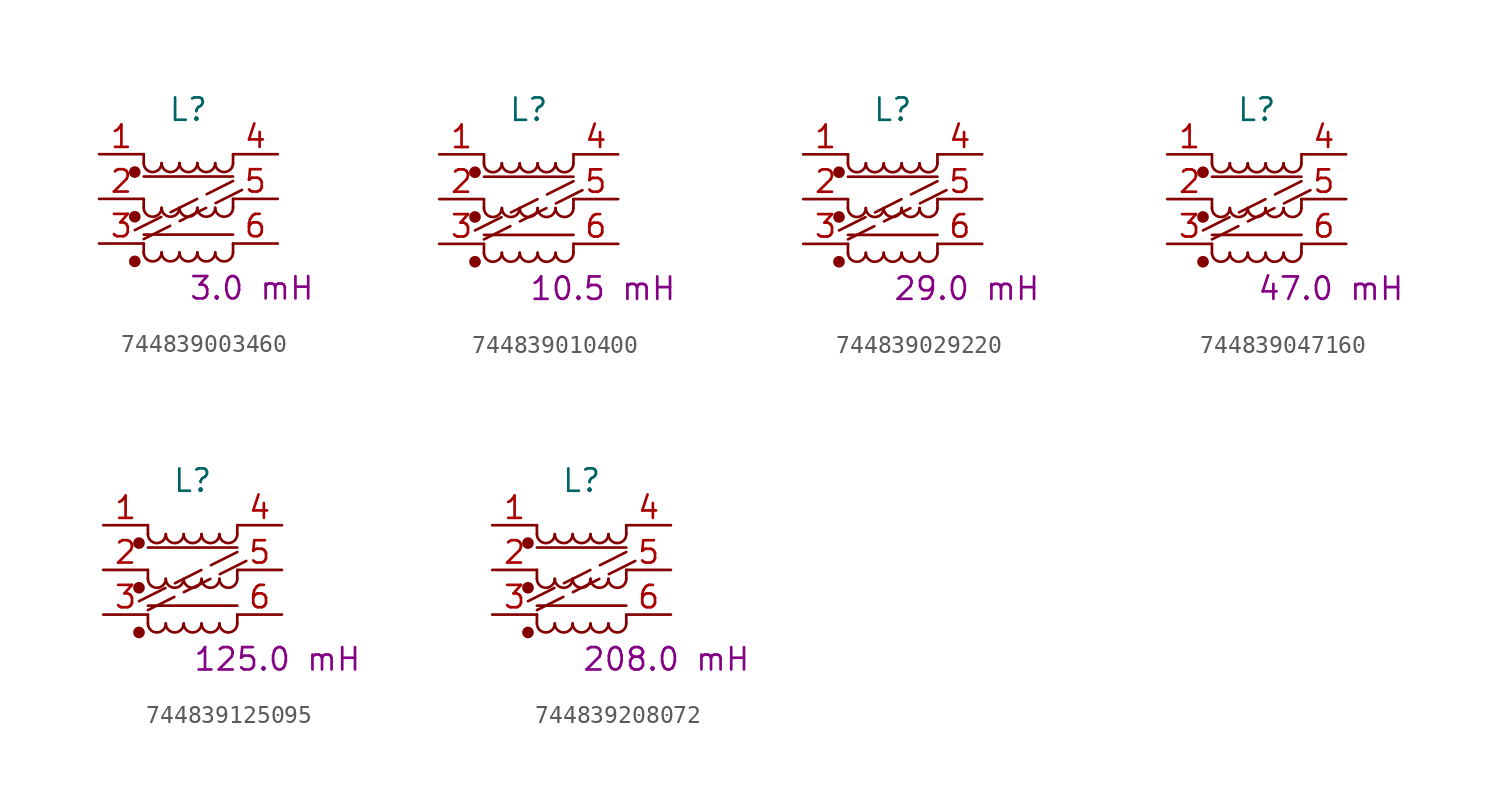
<source format=kicad_sym>
(kicad_symbol_lib
  (version 20220914)
  (generator kicad_symbol_editor)
  (symbol "744839003460"
    (pin_names hide)
    (property "Reference" "L"
      (at 0 5.08 0)
      (effects (font (size 1.27 1.27))))
    (property "Critical Parameter" "3.0 mH"
      (at 0 -5.08 0)
      (effects (font (size 1.27 1.27)) (justify left)))
    (symbol "744839003460_0_1"
      (circle (center -3.048 -3.556) (radius 0.254) (stroke (width 0) (type default)) (fill (type outline)))
      (circle (center -3.048 -1.016) (radius 0.254) (stroke (width 0) (type default)) (fill (type outline)))
      (circle (center -3.048 1.524) (radius 0.254) (stroke (width 0) (type default)) (fill (type outline)))
      (arc (start -2.54 -3.048) (mid -2.032 -3.5538) (end -1.524 -3.048) (stroke (width 0) (type default)) (fill (type none)))
      (arc (start -2.54 -0.508) (mid -2.032 -1.0138) (end -1.524 -0.508) (stroke (width 0) (type default)) (fill (type none)))
      (arc (start -2.54 2.032) (mid -2.032 1.5262) (end -1.524 2.032) (stroke (width 0) (type default)) (fill (type none)))
      (arc (start -1.524 -3.048) (mid -1.016 -3.5538) (end -0.508 -3.048) (stroke (width 0) (type default)) (fill (type none)))
      (arc (start -1.524 -0.508) (mid -1.016 -1.0138) (end -0.508 -0.508) (stroke (width 0) (type default)) (fill (type none)))
      (arc (start -1.524 2.032) (mid -1.016 1.5262) (end -0.508 2.032) (stroke (width 0) (type default)) (fill (type none)))
      (arc (start -0.508 -3.048) (mid 0 -3.5538) (end 0.508 -3.048) (stroke (width 0) (type default)) (fill (type none)))
      (arc (start -0.508 -0.508) (mid 0 -1.0138) (end 0.508 -0.508) (stroke (width 0) (type default)) (fill (type none)))
      (arc (start -0.508 2.032) (mid 0 1.5262) (end 0.508 2.032) (stroke (width 0) (type default)) (fill (type none)))
      (polyline (pts (xy -2.54 -3.048) (xy -2.54 -2.54)) (stroke (width 0) (type default)) (fill (type none)))
      (polyline (pts (xy -2.54 -0.508) (xy -2.54 0)) (stroke (width 0) (type default)) (fill (type none)))
      (polyline (pts (xy -2.54 1.27) (xy 2.54 1.27)) (stroke (width 0) (type default)) (fill (type none)))
      (polyline (pts (xy -2.54 2.032) (xy -2.54 2.54)) (stroke (width 0) (type default)) (fill (type none)))
      (polyline (pts (xy 2.54 -3.048) (xy 2.54 -2.54)) (stroke (width 0) (type default)) (fill (type none)))
      (polyline (pts (xy 2.54 -2.032) (xy -2.54 -2.032)) (stroke (width 0) (type default)) (fill (type none)))
      (polyline (pts (xy 2.54 0) (xy 2.54 -0.508)) (stroke (width 0) (type default)) (fill (type none)))
      (polyline (pts (xy 2.54 2.54) (xy 2.54 2.032)) (stroke (width 0) (type default)) (fill (type none)))
      (arc (start 0.508 -3.048) (mid 1.016 -3.5538) (end 1.524 -3.048) (stroke (width 0) (type default)) (fill (type none)))
      (arc (start 0.508 -0.508) (mid 1.016 -1.0138) (end 1.524 -0.508) (stroke (width 0) (type default)) (fill (type none)))
      (arc (start 0.508 2.032) (mid 1.016 1.5262) (end 1.524 2.032) (stroke (width 0) (type default)) (fill (type none)))
      (arc (start 1.524 -3.048) (mid 2.032 -3.5538) (end 2.54 -3.048) (stroke (width 0) (type default)) (fill (type none)))
      (arc (start 1.524 -0.508) (mid 2.032 -1.0138) (end 2.54 -0.508) (stroke (width 0) (type default)) (fill (type none)))
      (arc (start 1.524 2.032) (mid 2.032 1.5262) (end 2.54 2.032) (stroke (width 0) (type default)) (fill (type none))))
    (symbol "744839003460_1_1"
      (polyline (pts (xy -3.048 -1.778) (xy 3.048 1.27)) (stroke (width 0) (type dash)) (fill (type none)))
      (polyline (pts (xy -2.54 -2.286) (xy 3.048 0.508)) (stroke (width 0) (type dash)) (fill (type none)))
      (pin passive line (at -5.08 2.54 0) (length 2.54) (name "1" (effects (font (size 1.27 1.27)))) (number "1" (effects (font (size 1.27 1.27)))))
      (pin passive line (at -5.08 0 0) (length 2.54) (name "2" (effects (font (size 1.27 1.27)))) (number "2" (effects (font (size 1.27 1.27)))))
      (pin passive line (at -5.08 -2.54 0) (length 2.54) (name "3" (effects (font (size 1.27 1.27)))) (number "3" (effects (font (size 1.27 1.27)))))
      (pin passive line (at 5.08 2.54 180) (length 2.54) (name "4" (effects (font (size 1.27 1.27)))) (number "4" (effects (font (size 1.27 1.27)))))
      (pin passive line (at 5.08 0 180) (length 2.54) (name "5" (effects (font (size 1.27 1.27)))) (number "5" (effects (font (size 1.27 1.27)))))
      (pin passive line (at 5.08 -2.54 180) (length 2.54) (name "6" (effects (font (size 1.27 1.27)))) (number "6" (effects (font (size 1.27 1.27)))))))
  (symbol "744839010400"
    (pin_names hide)
    (property "Reference" "L"
      (at 0 5.08 0)
      (effects (font (size 1.27 1.27))))
    (property "Critical Parameter" "10.5 mH"
      (at 0 -5.08 0)
      (effects (font (size 1.27 1.27)) (justify left)))
    (symbol "744839010400_0_1"
      (circle (center -3.048 -3.556) (radius 0.254) (stroke (width 0) (type default)) (fill (type outline)))
      (circle (center -3.048 -1.016) (radius 0.254) (stroke (width 0) (type default)) (fill (type outline)))
      (circle (center -3.048 1.524) (radius 0.254) (stroke (width 0) (type default)) (fill (type outline)))
      (arc (start -2.54 -3.048) (mid -2.032 -3.5538) (end -1.524 -3.048) (stroke (width 0) (type default)) (fill (type none)))
      (arc (start -2.54 -0.508) (mid -2.032 -1.0138) (end -1.524 -0.508) (stroke (width 0) (type default)) (fill (type none)))
      (arc (start -2.54 2.032) (mid -2.032 1.5262) (end -1.524 2.032) (stroke (width 0) (type default)) (fill (type none)))
      (arc (start -1.524 -3.048) (mid -1.016 -3.5538) (end -0.508 -3.048) (stroke (width 0) (type default)) (fill (type none)))
      (arc (start -1.524 -0.508) (mid -1.016 -1.0138) (end -0.508 -0.508) (stroke (width 0) (type default)) (fill (type none)))
      (arc (start -1.524 2.032) (mid -1.016 1.5262) (end -0.508 2.032) (stroke (width 0) (type default)) (fill (type none)))
      (arc (start -0.508 -3.048) (mid 0 -3.5538) (end 0.508 -3.048) (stroke (width 0) (type default)) (fill (type none)))
      (arc (start -0.508 -0.508) (mid 0 -1.0138) (end 0.508 -0.508) (stroke (width 0) (type default)) (fill (type none)))
      (arc (start -0.508 2.032) (mid 0 1.5262) (end 0.508 2.032) (stroke (width 0) (type default)) (fill (type none)))
      (polyline (pts (xy -2.54 -3.048) (xy -2.54 -2.54)) (stroke (width 0) (type default)) (fill (type none)))
      (polyline (pts (xy -2.54 -0.508) (xy -2.54 0)) (stroke (width 0) (type default)) (fill (type none)))
      (polyline (pts (xy -2.54 1.27) (xy 2.54 1.27)) (stroke (width 0) (type default)) (fill (type none)))
      (polyline (pts (xy -2.54 2.032) (xy -2.54 2.54)) (stroke (width 0) (type default)) (fill (type none)))
      (polyline (pts (xy 2.54 -3.048) (xy 2.54 -2.54)) (stroke (width 0) (type default)) (fill (type none)))
      (polyline (pts (xy 2.54 -2.032) (xy -2.54 -2.032)) (stroke (width 0) (type default)) (fill (type none)))
      (polyline (pts (xy 2.54 0) (xy 2.54 -0.508)) (stroke (width 0) (type default)) (fill (type none)))
      (polyline (pts (xy 2.54 2.54) (xy 2.54 2.032)) (stroke (width 0) (type default)) (fill (type none)))
      (arc (start 0.508 -3.048) (mid 1.016 -3.5538) (end 1.524 -3.048) (stroke (width 0) (type default)) (fill (type none)))
      (arc (start 0.508 -0.508) (mid 1.016 -1.0138) (end 1.524 -0.508) (stroke (width 0) (type default)) (fill (type none)))
      (arc (start 0.508 2.032) (mid 1.016 1.5262) (end 1.524 2.032) (stroke (width 0) (type default)) (fill (type none)))
      (arc (start 1.524 -3.048) (mid 2.032 -3.5538) (end 2.54 -3.048) (stroke (width 0) (type default)) (fill (type none)))
      (arc (start 1.524 -0.508) (mid 2.032 -1.0138) (end 2.54 -0.508) (stroke (width 0) (type default)) (fill (type none)))
      (arc (start 1.524 2.032) (mid 2.032 1.5262) (end 2.54 2.032) (stroke (width 0) (type default)) (fill (type none))))
    (symbol "744839010400_1_1"
      (polyline (pts (xy -3.048 -1.778) (xy 3.048 1.27)) (stroke (width 0) (type dash)) (fill (type none)))
      (polyline (pts (xy -2.54 -2.286) (xy 3.048 0.508)) (stroke (width 0) (type dash)) (fill (type none)))
      (pin passive line (at -5.08 2.54 0) (length 2.54) (name "1" (effects (font (size 1.27 1.27)))) (number "1" (effects (font (size 1.27 1.27)))))
      (pin passive line (at -5.08 0 0) (length 2.54) (name "2" (effects (font (size 1.27 1.27)))) (number "2" (effects (font (size 1.27 1.27)))))
      (pin passive line (at -5.08 -2.54 0) (length 2.54) (name "3" (effects (font (size 1.27 1.27)))) (number "3" (effects (font (size 1.27 1.27)))))
      (pin passive line (at 5.08 2.54 180) (length 2.54) (name "4" (effects (font (size 1.27 1.27)))) (number "4" (effects (font (size 1.27 1.27)))))
      (pin passive line (at 5.08 0 180) (length 2.54) (name "5" (effects (font (size 1.27 1.27)))) (number "5" (effects (font (size 1.27 1.27)))))
      (pin passive line (at 5.08 -2.54 180) (length 2.54) (name "6" (effects (font (size 1.27 1.27)))) (number "6" (effects (font (size 1.27 1.27)))))))
  (symbol "744839029220"
    (pin_names hide)
    (property "Reference" "L"
      (at 0 5.08 0)
      (effects (font (size 1.27 1.27))))
    (property "Critical Parameter" "29.0 mH"
      (at 0 -5.08 0)
      (effects (font (size 1.27 1.27)) (justify left)))
    (symbol "744839029220_0_1"
      (circle (center -3.048 -3.556) (radius 0.254) (stroke (width 0) (type default)) (fill (type outline)))
      (circle (center -3.048 -1.016) (radius 0.254) (stroke (width 0) (type default)) (fill (type outline)))
      (circle (center -3.048 1.524) (radius 0.254) (stroke (width 0) (type default)) (fill (type outline)))
      (arc (start -2.54 -3.048) (mid -2.032 -3.5538) (end -1.524 -3.048) (stroke (width 0) (type default)) (fill (type none)))
      (arc (start -2.54 -0.508) (mid -2.032 -1.0138) (end -1.524 -0.508) (stroke (width 0) (type default)) (fill (type none)))
      (arc (start -2.54 2.032) (mid -2.032 1.5262) (end -1.524 2.032) (stroke (width 0) (type default)) (fill (type none)))
      (arc (start -1.524 -3.048) (mid -1.016 -3.5538) (end -0.508 -3.048) (stroke (width 0) (type default)) (fill (type none)))
      (arc (start -1.524 -0.508) (mid -1.016 -1.0138) (end -0.508 -0.508) (stroke (width 0) (type default)) (fill (type none)))
      (arc (start -1.524 2.032) (mid -1.016 1.5262) (end -0.508 2.032) (stroke (width 0) (type default)) (fill (type none)))
      (arc (start -0.508 -3.048) (mid 0 -3.5538) (end 0.508 -3.048) (stroke (width 0) (type default)) (fill (type none)))
      (arc (start -0.508 -0.508) (mid 0 -1.0138) (end 0.508 -0.508) (stroke (width 0) (type default)) (fill (type none)))
      (arc (start -0.508 2.032) (mid 0 1.5262) (end 0.508 2.032) (stroke (width 0) (type default)) (fill (type none)))
      (polyline (pts (xy -2.54 -3.048) (xy -2.54 -2.54)) (stroke (width 0) (type default)) (fill (type none)))
      (polyline (pts (xy -2.54 -0.508) (xy -2.54 0)) (stroke (width 0) (type default)) (fill (type none)))
      (polyline (pts (xy -2.54 1.27) (xy 2.54 1.27)) (stroke (width 0) (type default)) (fill (type none)))
      (polyline (pts (xy -2.54 2.032) (xy -2.54 2.54)) (stroke (width 0) (type default)) (fill (type none)))
      (polyline (pts (xy 2.54 -3.048) (xy 2.54 -2.54)) (stroke (width 0) (type default)) (fill (type none)))
      (polyline (pts (xy 2.54 -2.032) (xy -2.54 -2.032)) (stroke (width 0) (type default)) (fill (type none)))
      (polyline (pts (xy 2.54 0) (xy 2.54 -0.508)) (stroke (width 0) (type default)) (fill (type none)))
      (polyline (pts (xy 2.54 2.54) (xy 2.54 2.032)) (stroke (width 0) (type default)) (fill (type none)))
      (arc (start 0.508 -3.048) (mid 1.016 -3.5538) (end 1.524 -3.048) (stroke (width 0) (type default)) (fill (type none)))
      (arc (start 0.508 -0.508) (mid 1.016 -1.0138) (end 1.524 -0.508) (stroke (width 0) (type default)) (fill (type none)))
      (arc (start 0.508 2.032) (mid 1.016 1.5262) (end 1.524 2.032) (stroke (width 0) (type default)) (fill (type none)))
      (arc (start 1.524 -3.048) (mid 2.032 -3.5538) (end 2.54 -3.048) (stroke (width 0) (type default)) (fill (type none)))
      (arc (start 1.524 -0.508) (mid 2.032 -1.0138) (end 2.54 -0.508) (stroke (width 0) (type default)) (fill (type none)))
      (arc (start 1.524 2.032) (mid 2.032 1.5262) (end 2.54 2.032) (stroke (width 0) (type default)) (fill (type none))))
    (symbol "744839029220_1_1"
      (polyline (pts (xy -3.048 -1.778) (xy 3.048 1.27)) (stroke (width 0) (type dash)) (fill (type none)))
      (polyline (pts (xy -2.54 -2.286) (xy 3.048 0.508)) (stroke (width 0) (type dash)) (fill (type none)))
      (pin passive line (at -5.08 2.54 0) (length 2.54) (name "1" (effects (font (size 1.27 1.27)))) (number "1" (effects (font (size 1.27 1.27)))))
      (pin passive line (at -5.08 0 0) (length 2.54) (name "2" (effects (font (size 1.27 1.27)))) (number "2" (effects (font (size 1.27 1.27)))))
      (pin passive line (at -5.08 -2.54 0) (length 2.54) (name "3" (effects (font (size 1.27 1.27)))) (number "3" (effects (font (size 1.27 1.27)))))
      (pin passive line (at 5.08 2.54 180) (length 2.54) (name "4" (effects (font (size 1.27 1.27)))) (number "4" (effects (font (size 1.27 1.27)))))
      (pin passive line (at 5.08 0 180) (length 2.54) (name "5" (effects (font (size 1.27 1.27)))) (number "5" (effects (font (size 1.27 1.27)))))
      (pin passive line (at 5.08 -2.54 180) (length 2.54) (name "6" (effects (font (size 1.27 1.27)))) (number "6" (effects (font (size 1.27 1.27)))))))
  (symbol "744839047160"
    (pin_names hide)
    (property "Reference" "L"
      (at 0 5.08 0)
      (effects (font (size 1.27 1.27))))
    (property "Critical Parameter" "47.0 mH"
      (at 0 -5.08 0)
      (effects (font (size 1.27 1.27)) (justify left)))
    (symbol "744839047160_0_1"
      (circle (center -3.048 -3.556) (radius 0.254) (stroke (width 0) (type default)) (fill (type outline)))
      (circle (center -3.048 -1.016) (radius 0.254) (stroke (width 0) (type default)) (fill (type outline)))
      (circle (center -3.048 1.524) (radius 0.254) (stroke (width 0) (type default)) (fill (type outline)))
      (arc (start -2.54 -3.048) (mid -2.032 -3.5538) (end -1.524 -3.048) (stroke (width 0) (type default)) (fill (type none)))
      (arc (start -2.54 -0.508) (mid -2.032 -1.0138) (end -1.524 -0.508) (stroke (width 0) (type default)) (fill (type none)))
      (arc (start -2.54 2.032) (mid -2.032 1.5262) (end -1.524 2.032) (stroke (width 0) (type default)) (fill (type none)))
      (arc (start -1.524 -3.048) (mid -1.016 -3.5538) (end -0.508 -3.048) (stroke (width 0) (type default)) (fill (type none)))
      (arc (start -1.524 -0.508) (mid -1.016 -1.0138) (end -0.508 -0.508) (stroke (width 0) (type default)) (fill (type none)))
      (arc (start -1.524 2.032) (mid -1.016 1.5262) (end -0.508 2.032) (stroke (width 0) (type default)) (fill (type none)))
      (arc (start -0.508 -3.048) (mid 0 -3.5538) (end 0.508 -3.048) (stroke (width 0) (type default)) (fill (type none)))
      (arc (start -0.508 -0.508) (mid 0 -1.0138) (end 0.508 -0.508) (stroke (width 0) (type default)) (fill (type none)))
      (arc (start -0.508 2.032) (mid 0 1.5262) (end 0.508 2.032) (stroke (width 0) (type default)) (fill (type none)))
      (polyline (pts (xy -2.54 -3.048) (xy -2.54 -2.54)) (stroke (width 0) (type default)) (fill (type none)))
      (polyline (pts (xy -2.54 -0.508) (xy -2.54 0)) (stroke (width 0) (type default)) (fill (type none)))
      (polyline (pts (xy -2.54 1.27) (xy 2.54 1.27)) (stroke (width 0) (type default)) (fill (type none)))
      (polyline (pts (xy -2.54 2.032) (xy -2.54 2.54)) (stroke (width 0) (type default)) (fill (type none)))
      (polyline (pts (xy 2.54 -3.048) (xy 2.54 -2.54)) (stroke (width 0) (type default)) (fill (type none)))
      (polyline (pts (xy 2.54 -2.032) (xy -2.54 -2.032)) (stroke (width 0) (type default)) (fill (type none)))
      (polyline (pts (xy 2.54 0) (xy 2.54 -0.508)) (stroke (width 0) (type default)) (fill (type none)))
      (polyline (pts (xy 2.54 2.54) (xy 2.54 2.032)) (stroke (width 0) (type default)) (fill (type none)))
      (arc (start 0.508 -3.048) (mid 1.016 -3.5538) (end 1.524 -3.048) (stroke (width 0) (type default)) (fill (type none)))
      (arc (start 0.508 -0.508) (mid 1.016 -1.0138) (end 1.524 -0.508) (stroke (width 0) (type default)) (fill (type none)))
      (arc (start 0.508 2.032) (mid 1.016 1.5262) (end 1.524 2.032) (stroke (width 0) (type default)) (fill (type none)))
      (arc (start 1.524 -3.048) (mid 2.032 -3.5538) (end 2.54 -3.048) (stroke (width 0) (type default)) (fill (type none)))
      (arc (start 1.524 -0.508) (mid 2.032 -1.0138) (end 2.54 -0.508) (stroke (width 0) (type default)) (fill (type none)))
      (arc (start 1.524 2.032) (mid 2.032 1.5262) (end 2.54 2.032) (stroke (width 0) (type default)) (fill (type none))))
    (symbol "744839047160_1_1"
      (polyline (pts (xy -3.048 -1.778) (xy 3.048 1.27)) (stroke (width 0) (type dash)) (fill (type none)))
      (polyline (pts (xy -2.54 -2.286) (xy 3.048 0.508)) (stroke (width 0) (type dash)) (fill (type none)))
      (pin passive line (at -5.08 2.54 0) (length 2.54) (name "1" (effects (font (size 1.27 1.27)))) (number "1" (effects (font (size 1.27 1.27)))))
      (pin passive line (at -5.08 0 0) (length 2.54) (name "2" (effects (font (size 1.27 1.27)))) (number "2" (effects (font (size 1.27 1.27)))))
      (pin passive line (at -5.08 -2.54 0) (length 2.54) (name "3" (effects (font (size 1.27 1.27)))) (number "3" (effects (font (size 1.27 1.27)))))
      (pin passive line (at 5.08 2.54 180) (length 2.54) (name "4" (effects (font (size 1.27 1.27)))) (number "4" (effects (font (size 1.27 1.27)))))
      (pin passive line (at 5.08 0 180) (length 2.54) (name "5" (effects (font (size 1.27 1.27)))) (number "5" (effects (font (size 1.27 1.27)))))
      (pin passive line (at 5.08 -2.54 180) (length 2.54) (name "6" (effects (font (size 1.27 1.27)))) (number "6" (effects (font (size 1.27 1.27)))))))
  (symbol "744839125095"
    (pin_names hide)
    (property "Reference" "L"
      (at 0 5.08 0)
      (effects (font (size 1.27 1.27))))
    (property "Critical Parameter" "125.0 mH"
      (at 0 -5.08 0)
      (effects (font (size 1.27 1.27)) (justify left)))
    (symbol "744839125095_0_1"
      (circle (center -3.048 -3.556) (radius 0.254) (stroke (width 0) (type default)) (fill (type outline)))
      (circle (center -3.048 -1.016) (radius 0.254) (stroke (width 0) (type default)) (fill (type outline)))
      (circle (center -3.048 1.524) (radius 0.254) (stroke (width 0) (type default)) (fill (type outline)))
      (arc (start -2.54 -3.048) (mid -2.032 -3.5538) (end -1.524 -3.048) (stroke (width 0) (type default)) (fill (type none)))
      (arc (start -2.54 -0.508) (mid -2.032 -1.0138) (end -1.524 -0.508) (stroke (width 0) (type default)) (fill (type none)))
      (arc (start -2.54 2.032) (mid -2.032 1.5262) (end -1.524 2.032) (stroke (width 0) (type default)) (fill (type none)))
      (arc (start -1.524 -3.048) (mid -1.016 -3.5538) (end -0.508 -3.048) (stroke (width 0) (type default)) (fill (type none)))
      (arc (start -1.524 -0.508) (mid -1.016 -1.0138) (end -0.508 -0.508) (stroke (width 0) (type default)) (fill (type none)))
      (arc (start -1.524 2.032) (mid -1.016 1.5262) (end -0.508 2.032) (stroke (width 0) (type default)) (fill (type none)))
      (arc (start -0.508 -3.048) (mid 0 -3.5538) (end 0.508 -3.048) (stroke (width 0) (type default)) (fill (type none)))
      (arc (start -0.508 -0.508) (mid 0 -1.0138) (end 0.508 -0.508) (stroke (width 0) (type default)) (fill (type none)))
      (arc (start -0.508 2.032) (mid 0 1.5262) (end 0.508 2.032) (stroke (width 0) (type default)) (fill (type none)))
      (polyline (pts (xy -2.54 -3.048) (xy -2.54 -2.54)) (stroke (width 0) (type default)) (fill (type none)))
      (polyline (pts (xy -2.54 -0.508) (xy -2.54 0)) (stroke (width 0) (type default)) (fill (type none)))
      (polyline (pts (xy -2.54 1.27) (xy 2.54 1.27)) (stroke (width 0) (type default)) (fill (type none)))
      (polyline (pts (xy -2.54 2.032) (xy -2.54 2.54)) (stroke (width 0) (type default)) (fill (type none)))
      (polyline (pts (xy 2.54 -3.048) (xy 2.54 -2.54)) (stroke (width 0) (type default)) (fill (type none)))
      (polyline (pts (xy 2.54 -2.032) (xy -2.54 -2.032)) (stroke (width 0) (type default)) (fill (type none)))
      (polyline (pts (xy 2.54 0) (xy 2.54 -0.508)) (stroke (width 0) (type default)) (fill (type none)))
      (polyline (pts (xy 2.54 2.54) (xy 2.54 2.032)) (stroke (width 0) (type default)) (fill (type none)))
      (arc (start 0.508 -3.048) (mid 1.016 -3.5538) (end 1.524 -3.048) (stroke (width 0) (type default)) (fill (type none)))
      (arc (start 0.508 -0.508) (mid 1.016 -1.0138) (end 1.524 -0.508) (stroke (width 0) (type default)) (fill (type none)))
      (arc (start 0.508 2.032) (mid 1.016 1.5262) (end 1.524 2.032) (stroke (width 0) (type default)) (fill (type none)))
      (arc (start 1.524 -3.048) (mid 2.032 -3.5538) (end 2.54 -3.048) (stroke (width 0) (type default)) (fill (type none)))
      (arc (start 1.524 -0.508) (mid 2.032 -1.0138) (end 2.54 -0.508) (stroke (width 0) (type default)) (fill (type none)))
      (arc (start 1.524 2.032) (mid 2.032 1.5262) (end 2.54 2.032) (stroke (width 0) (type default)) (fill (type none))))
    (symbol "744839125095_1_1"
      (polyline (pts (xy -3.048 -1.778) (xy 3.048 1.27)) (stroke (width 0) (type dash)) (fill (type none)))
      (polyline (pts (xy -2.54 -2.286) (xy 3.048 0.508)) (stroke (width 0) (type dash)) (fill (type none)))
      (pin passive line (at -5.08 2.54 0) (length 2.54) (name "1" (effects (font (size 1.27 1.27)))) (number "1" (effects (font (size 1.27 1.27)))))
      (pin passive line (at -5.08 0 0) (length 2.54) (name "2" (effects (font (size 1.27 1.27)))) (number "2" (effects (font (size 1.27 1.27)))))
      (pin passive line (at -5.08 -2.54 0) (length 2.54) (name "3" (effects (font (size 1.27 1.27)))) (number "3" (effects (font (size 1.27 1.27)))))
      (pin passive line (at 5.08 2.54 180) (length 2.54) (name "4" (effects (font (size 1.27 1.27)))) (number "4" (effects (font (size 1.27 1.27)))))
      (pin passive line (at 5.08 0 180) (length 2.54) (name "5" (effects (font (size 1.27 1.27)))) (number "5" (effects (font (size 1.27 1.27)))))
      (pin passive line (at 5.08 -2.54 180) (length 2.54) (name "6" (effects (font (size 1.27 1.27)))) (number "6" (effects (font (size 1.27 1.27)))))))
  (symbol "744839208072"
    (pin_names hide)
    (property "Reference" "L"
      (at 0 5.08 0)
      (effects (font (size 1.27 1.27))))
    (property "Critical Parameter" "208.0 mH"
      (at 0 -5.08 0)
      (effects (font (size 1.27 1.27)) (justify left)))
    (symbol "744839208072_0_1"
      (circle (center -3.048 -3.556) (radius 0.254) (stroke (width 0) (type default)) (fill (type outline)))
      (circle (center -3.048 -1.016) (radius 0.254) (stroke (width 0) (type default)) (fill (type outline)))
      (circle (center -3.048 1.524) (radius 0.254) (stroke (width 0) (type default)) (fill (type outline)))
      (arc (start -2.54 -3.048) (mid -2.032 -3.5538) (end -1.524 -3.048) (stroke (width 0) (type default)) (fill (type none)))
      (arc (start -2.54 -0.508) (mid -2.032 -1.0138) (end -1.524 -0.508) (stroke (width 0) (type default)) (fill (type none)))
      (arc (start -2.54 2.032) (mid -2.032 1.5262) (end -1.524 2.032) (stroke (width 0) (type default)) (fill (type none)))
      (arc (start -1.524 -3.048) (mid -1.016 -3.5538) (end -0.508 -3.048) (stroke (width 0) (type default)) (fill (type none)))
      (arc (start -1.524 -0.508) (mid -1.016 -1.0138) (end -0.508 -0.508) (stroke (width 0) (type default)) (fill (type none)))
      (arc (start -1.524 2.032) (mid -1.016 1.5262) (end -0.508 2.032) (stroke (width 0) (type default)) (fill (type none)))
      (arc (start -0.508 -3.048) (mid 0 -3.5538) (end 0.508 -3.048) (stroke (width 0) (type default)) (fill (type none)))
      (arc (start -0.508 -0.508) (mid 0 -1.0138) (end 0.508 -0.508) (stroke (width 0) (type default)) (fill (type none)))
      (arc (start -0.508 2.032) (mid 0 1.5262) (end 0.508 2.032) (stroke (width 0) (type default)) (fill (type none)))
      (polyline (pts (xy -2.54 -3.048) (xy -2.54 -2.54)) (stroke (width 0) (type default)) (fill (type none)))
      (polyline (pts (xy -2.54 -0.508) (xy -2.54 0)) (stroke (width 0) (type default)) (fill (type none)))
      (polyline (pts (xy -2.54 1.27) (xy 2.54 1.27)) (stroke (width 0) (type default)) (fill (type none)))
      (polyline (pts (xy -2.54 2.032) (xy -2.54 2.54)) (stroke (width 0) (type default)) (fill (type none)))
      (polyline (pts (xy 2.54 -3.048) (xy 2.54 -2.54)) (stroke (width 0) (type default)) (fill (type none)))
      (polyline (pts (xy 2.54 -2.032) (xy -2.54 -2.032)) (stroke (width 0) (type default)) (fill (type none)))
      (polyline (pts (xy 2.54 0) (xy 2.54 -0.508)) (stroke (width 0) (type default)) (fill (type none)))
      (polyline (pts (xy 2.54 2.54) (xy 2.54 2.032)) (stroke (width 0) (type default)) (fill (type none)))
      (arc (start 0.508 -3.048) (mid 1.016 -3.5538) (end 1.524 -3.048) (stroke (width 0) (type default)) (fill (type none)))
      (arc (start 0.508 -0.508) (mid 1.016 -1.0138) (end 1.524 -0.508) (stroke (width 0) (type default)) (fill (type none)))
      (arc (start 0.508 2.032) (mid 1.016 1.5262) (end 1.524 2.032) (stroke (width 0) (type default)) (fill (type none)))
      (arc (start 1.524 -3.048) (mid 2.032 -3.5538) (end 2.54 -3.048) (stroke (width 0) (type default)) (fill (type none)))
      (arc (start 1.524 -0.508) (mid 2.032 -1.0138) (end 2.54 -0.508) (stroke (width 0) (type default)) (fill (type none)))
      (arc (start 1.524 2.032) (mid 2.032 1.5262) (end 2.54 2.032) (stroke (width 0) (type default)) (fill (type none))))
    (symbol "744839208072_1_1"
      (polyline (pts (xy -3.048 -1.778) (xy 3.048 1.27)) (stroke (width 0) (type dash)) (fill (type none)))
      (polyline (pts (xy -2.54 -2.286) (xy 3.048 0.508)) (stroke (width 0) (type dash)) (fill (type none)))
      (pin passive line (at -5.08 2.54 0) (length 2.54) (name "1" (effects (font (size 1.27 1.27)))) (number "1" (effects (font (size 1.27 1.27)))))
      (pin passive line (at -5.08 0 0) (length 2.54) (name "2" (effects (font (size 1.27 1.27)))) (number "2" (effects (font (size 1.27 1.27)))))
      (pin passive line (at -5.08 -2.54 0) (length 2.54) (name "3" (effects (font (size 1.27 1.27)))) (number "3" (effects (font (size 1.27 1.27)))))
      (pin passive line (at 5.08 2.54 180) (length 2.54) (name "4" (effects (font (size 1.27 1.27)))) (number "4" (effects (font (size 1.27 1.27)))))
      (pin passive line (at 5.08 0 180) (length 2.54) (name "5" (effects (font (size 1.27 1.27)))) (number "5" (effects (font (size 1.27 1.27)))))
      (pin passive line (at 5.08 -2.54 180) (length 2.54) (name "6" (effects (font (size 1.27 1.27)))) (number "6" (effects (font (size 1.27 1.27))))))))
</source>
